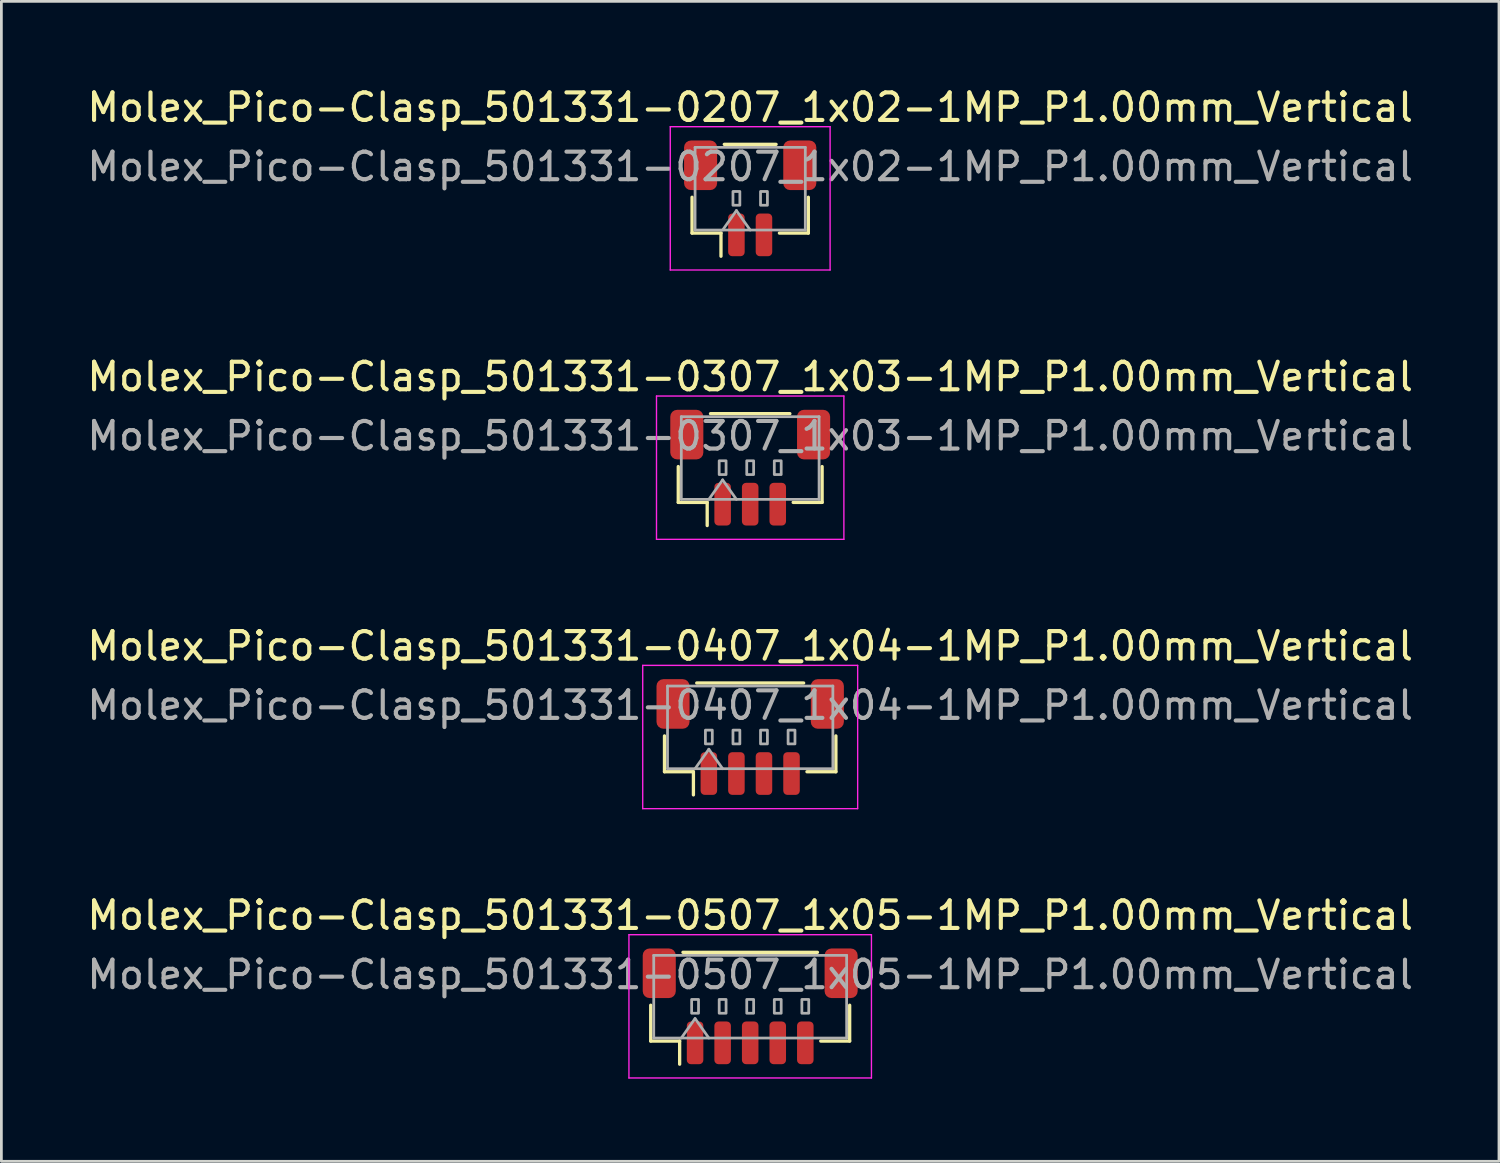
<source format=kicad_pcb>
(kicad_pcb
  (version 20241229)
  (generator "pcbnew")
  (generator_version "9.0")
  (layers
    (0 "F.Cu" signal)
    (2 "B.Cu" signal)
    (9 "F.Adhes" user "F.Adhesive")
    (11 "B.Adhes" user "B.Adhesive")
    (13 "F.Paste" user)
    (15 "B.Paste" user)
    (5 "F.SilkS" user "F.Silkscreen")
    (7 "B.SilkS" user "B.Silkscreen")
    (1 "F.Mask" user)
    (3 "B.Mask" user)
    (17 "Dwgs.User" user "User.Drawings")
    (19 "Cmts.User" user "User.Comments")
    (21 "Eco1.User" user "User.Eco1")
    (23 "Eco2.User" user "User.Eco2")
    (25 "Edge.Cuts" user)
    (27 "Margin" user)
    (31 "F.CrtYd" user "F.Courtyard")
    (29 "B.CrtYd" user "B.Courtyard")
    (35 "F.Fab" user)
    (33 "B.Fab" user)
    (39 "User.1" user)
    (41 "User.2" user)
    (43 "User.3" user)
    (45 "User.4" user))
  (footprint "Molex_Pico-Clasp_501331-0207_1x02-1MP_P1.00mm_Vertical"
    (layer "F.Cu")
    (at 24.173 4.148)
    (property "Reference" "Molex_Pico-Clasp_501331-0207_1x02-1MP_P1.00mm_Vertical" (at 0 -3.3 0) (layer "F.SilkS") (effects (font (size 1 1) (thickness 0.15))))
    (attr smd)
    (fp_line (start -2.11 -0.04) (end -2.11 1.26) (stroke (width 0.12) (type solid)) (layer "F.SilkS"))
    (fp_line (start -2.11 1.26) (end -1.06 1.26) (stroke (width 0.12) (type solid)) (layer "F.SilkS"))
    (fp_line (start -1.06 1.26) (end -1.06 2.1) (stroke (width 0.12) (type solid)) (layer "F.SilkS"))
    (fp_line (start -0.94 -1.96) (end 0.94 -1.96) (stroke (width 0.12) (type solid)) (layer "F.SilkS"))
    (fp_line (start 2.11 -0.04) (end 2.11 1.26) (stroke (width 0.12) (type solid)) (layer "F.SilkS"))
    (fp_line (start 2.11 1.26) (end 1.06 1.26) (stroke (width 0.12) (type solid)) (layer "F.SilkS"))
    (fp_line (start -2.9 -2.6) (end -2.9 2.6) (stroke (width 0.05) (type solid)) (layer "F.CrtYd"))
    (fp_line (start -2.9 2.6) (end 2.9 2.6) (stroke (width 0.05) (type solid)) (layer "F.CrtYd"))
    (fp_line (start 2.9 -2.6) (end -2.9 -2.6) (stroke (width 0.05) (type solid)) (layer "F.CrtYd"))
    (fp_line (start 2.9 2.6) (end 2.9 -2.6) (stroke (width 0.05) (type solid)) (layer "F.CrtYd"))
    (fp_line (start -2 -1.85) (end 2 -1.85) (stroke (width 0.1) (type solid)) (layer "F.Fab"))
    (fp_line (start -2 1.15) (end -2 -1.85) (stroke (width 0.1) (type solid)) (layer "F.Fab"))
    (fp_line (start -2 1.15) (end 2 1.15) (stroke (width 0.1) (type solid)) (layer "F.Fab"))
    (fp_line (start -1 1.15) (end -0.5 0.443) (stroke (width 0.1) (type solid)) (layer "F.Fab"))
    (fp_line (start -0.5 0.443) (end 0 1.15) (stroke (width 0.1) (type solid)) (layer "F.Fab"))
    (fp_line (start 2 1.15) (end 2 -1.85) (stroke (width 0.1) (type solid)) (layer "F.Fab"))
    (fp_rect (start -0.625 -0.25) (end -0.375 0.25) (stroke (width 0.1) (type solid)) (fill no) (layer "F.Fab"))
    (fp_rect (start 0.375 -0.25) (end 0.625 0.25) (stroke (width 0.1) (type solid)) (fill no) (layer "F.Fab"))
    (fp_text user "${REFERENCE}" (at 0 -1.15 0) (layer "F.Fab") (effects (font (size 1 1) (thickness 0.15))))
    (pad "1" smd roundrect (at -0.5 1.325) (size 0.6 1.55) (layers "F.Cu" "F.Mask" "F.Paste") (roundrect_rratio 0.25))
    (pad "2" smd roundrect (at 0.5 1.325) (size 0.6 1.55) (layers "F.Cu" "F.Mask" "F.Paste") (roundrect_rratio 0.25))
    (pad "MP" smd roundrect (at -1.8 -1.2) (size 1.2 1.8) (layers "F.Cu" "F.Mask" "F.Paste") (roundrect_rratio 0.208))
    (pad "MP" smd roundrect (at 1.8 -1.2) (size 1.2 1.8) (layers "F.Cu" "F.Mask" "F.Paste") (roundrect_rratio 0.208)))
  (footprint "Molex_Pico-Clasp_501331-0307_1x03-1MP_P1.00mm_Vertical"
    (layer "F.Cu")
    (at 24.173 13.921)
    (property "Reference" "Molex_Pico-Clasp_501331-0307_1x03-1MP_P1.00mm_Vertical" (at 0 -3.3 0) (layer "F.SilkS") (effects (font (size 1 1) (thickness 0.15))))
    (attr smd)
    (fp_line (start -2.61 -0.04) (end -2.61 1.26) (stroke (width 0.12) (type solid)) (layer "F.SilkS"))
    (fp_line (start -2.61 1.26) (end -1.56 1.26) (stroke (width 0.12) (type solid)) (layer "F.SilkS"))
    (fp_line (start -1.56 1.26) (end -1.56 2.1) (stroke (width 0.12) (type solid)) (layer "F.SilkS"))
    (fp_line (start -1.44 -1.96) (end 1.44 -1.96) (stroke (width 0.12) (type solid)) (layer "F.SilkS"))
    (fp_line (start 2.61 -0.04) (end 2.61 1.26) (stroke (width 0.12) (type solid)) (layer "F.SilkS"))
    (fp_line (start 2.61 1.26) (end 1.56 1.26) (stroke (width 0.12) (type solid)) (layer "F.SilkS"))
    (fp_line (start -3.4 -2.6) (end -3.4 2.6) (stroke (width 0.05) (type solid)) (layer "F.CrtYd"))
    (fp_line (start -3.4 2.6) (end 3.4 2.6) (stroke (width 0.05) (type solid)) (layer "F.CrtYd"))
    (fp_line (start 3.4 -2.6) (end -3.4 -2.6) (stroke (width 0.05) (type solid)) (layer "F.CrtYd"))
    (fp_line (start 3.4 2.6) (end 3.4 -2.6) (stroke (width 0.05) (type solid)) (layer "F.CrtYd"))
    (fp_line (start -2.5 -1.85) (end 2.5 -1.85) (stroke (width 0.1) (type solid)) (layer "F.Fab"))
    (fp_line (start -2.5 1.15) (end -2.5 -1.85) (stroke (width 0.1) (type solid)) (layer "F.Fab"))
    (fp_line (start -2.5 1.15) (end 2.5 1.15) (stroke (width 0.1) (type solid)) (layer "F.Fab"))
    (fp_line (start -1.5 1.15) (end -1 0.443) (stroke (width 0.1) (type solid)) (layer "F.Fab"))
    (fp_line (start -1 0.443) (end -0.5 1.15) (stroke (width 0.1) (type solid)) (layer "F.Fab"))
    (fp_line (start 2.5 1.15) (end 2.5 -1.85) (stroke (width 0.1) (type solid)) (layer "F.Fab"))
    (fp_rect (start -1.125 -0.25) (end -0.875 0.25) (stroke (width 0.1) (type solid)) (fill no) (layer "F.Fab"))
    (fp_rect (start -0.125 -0.25) (end 0.125 0.25) (stroke (width 0.1) (type solid)) (fill no) (layer "F.Fab"))
    (fp_rect (start 0.875 -0.25) (end 1.125 0.25) (stroke (width 0.1) (type solid)) (fill no) (layer "F.Fab"))
    (fp_text user "${REFERENCE}" (at 0 -1.15 0) (layer "F.Fab") (effects (font (size 1 1) (thickness 0.15))))
    (pad "1" smd roundrect (at -1 1.325) (size 0.6 1.55) (layers "F.Cu" "F.Mask" "F.Paste") (roundrect_rratio 0.25))
    (pad "2" smd roundrect (at 0 1.325) (size 0.6 1.55) (layers "F.Cu" "F.Mask" "F.Paste") (roundrect_rratio 0.25))
    (pad "3" smd roundrect (at 1 1.325) (size 0.6 1.55) (layers "F.Cu" "F.Mask" "F.Paste") (roundrect_rratio 0.25))
    (pad "MP" smd roundrect (at -2.3 -1.2) (size 1.2 1.8) (layers "F.Cu" "F.Mask" "F.Paste") (roundrect_rratio 0.208))
    (pad "MP" smd roundrect (at 2.3 -1.2) (size 1.2 1.8) (layers "F.Cu" "F.Mask" "F.Paste") (roundrect_rratio 0.208)))
  (footprint "Molex_Pico-Clasp_501331-0507_1x05-1MP_P1.00mm_Vertical"
    (layer "F.Cu")
    (at 24.173 33.468)
    (property "Reference" "Molex_Pico-Clasp_501331-0507_1x05-1MP_P1.00mm_Vertical" (at 0 -3.3 0) (layer "F.SilkS") (effects (font (size 1 1) (thickness 0.15))))
    (attr smd)
    (fp_line (start -3.61 -0.04) (end -3.61 1.26) (stroke (width 0.12) (type solid)) (layer "F.SilkS"))
    (fp_line (start -3.61 1.26) (end -2.56 1.26) (stroke (width 0.12) (type solid)) (layer "F.SilkS"))
    (fp_line (start -2.56 1.26) (end -2.56 2.1) (stroke (width 0.12) (type solid)) (layer "F.SilkS"))
    (fp_line (start -2.44 -1.96) (end 2.44 -1.96) (stroke (width 0.12) (type solid)) (layer "F.SilkS"))
    (fp_line (start 3.61 -0.04) (end 3.61 1.26) (stroke (width 0.12) (type solid)) (layer "F.SilkS"))
    (fp_line (start 3.61 1.26) (end 2.56 1.26) (stroke (width 0.12) (type solid)) (layer "F.SilkS"))
    (fp_line (start -4.4 -2.6) (end -4.4 2.6) (stroke (width 0.05) (type solid)) (layer "F.CrtYd"))
    (fp_line (start -4.4 2.6) (end 4.4 2.6) (stroke (width 0.05) (type solid)) (layer "F.CrtYd"))
    (fp_line (start 4.4 -2.6) (end -4.4 -2.6) (stroke (width 0.05) (type solid)) (layer "F.CrtYd"))
    (fp_line (start 4.4 2.6) (end 4.4 -2.6) (stroke (width 0.05) (type solid)) (layer "F.CrtYd"))
    (fp_line (start -3.5 -1.85) (end 3.5 -1.85) (stroke (width 0.1) (type solid)) (layer "F.Fab"))
    (fp_line (start -3.5 1.15) (end -3.5 -1.85) (stroke (width 0.1) (type solid)) (layer "F.Fab"))
    (fp_line (start -3.5 1.15) (end 3.5 1.15) (stroke (width 0.1) (type solid)) (layer "F.Fab"))
    (fp_line (start -2.5 1.15) (end -2 0.443) (stroke (width 0.1) (type solid)) (layer "F.Fab"))
    (fp_line (start -2 0.443) (end -1.5 1.15) (stroke (width 0.1) (type solid)) (layer "F.Fab"))
    (fp_line (start 3.5 1.15) (end 3.5 -1.85) (stroke (width 0.1) (type solid)) (layer "F.Fab"))
    (fp_rect (start -2.125 -0.25) (end -1.875 0.25) (stroke (width 0.1) (type solid)) (fill no) (layer "F.Fab"))
    (fp_rect (start -1.125 -0.25) (end -0.875 0.25) (stroke (width 0.1) (type solid)) (fill no) (layer "F.Fab"))
    (fp_rect (start -0.125 -0.25) (end 0.125 0.25) (stroke (width 0.1) (type solid)) (fill no) (layer "F.Fab"))
    (fp_rect (start 0.875 -0.25) (end 1.125 0.25) (stroke (width 0.1) (type solid)) (fill no) (layer "F.Fab"))
    (fp_rect (start 1.875 -0.25) (end 2.125 0.25) (stroke (width 0.1) (type solid)) (fill no) (layer "F.Fab"))
    (fp_text user "${REFERENCE}" (at 0 -1.15 0) (layer "F.Fab") (effects (font (size 1 1) (thickness 0.15))))
    (pad "1" smd roundrect (at -2 1.325) (size 0.6 1.55) (layers "F.Cu" "F.Mask" "F.Paste") (roundrect_rratio 0.25))
    (pad "2" smd roundrect (at -1 1.325) (size 0.6 1.55) (layers "F.Cu" "F.Mask" "F.Paste") (roundrect_rratio 0.25))
    (pad "3" smd roundrect (at 0 1.325) (size 0.6 1.55) (layers "F.Cu" "F.Mask" "F.Paste") (roundrect_rratio 0.25))
    (pad "4" smd roundrect (at 1 1.325) (size 0.6 1.55) (layers "F.Cu" "F.Mask" "F.Paste") (roundrect_rratio 0.25))
    (pad "5" smd roundrect (at 2 1.325) (size 0.6 1.55) (layers "F.Cu" "F.Mask" "F.Paste") (roundrect_rratio 0.25))
    (pad "MP" smd roundrect (at -3.3 -1.2) (size 1.2 1.8) (layers "F.Cu" "F.Mask" "F.Paste") (roundrect_rratio 0.208))
    (pad "MP" smd roundrect (at 3.3 -1.2) (size 1.2 1.8) (layers "F.Cu" "F.Mask" "F.Paste") (roundrect_rratio 0.208)))
  (footprint "Molex_Pico-Clasp_501331-0407_1x04-1MP_P1.00mm_Vertical"
    (layer "F.Cu")
    (at 24.173 23.695)
    (property "Reference" "Molex_Pico-Clasp_501331-0407_1x04-1MP_P1.00mm_Vertical" (at 0 -3.3 0) (layer "F.SilkS") (effects (font (size 1 1) (thickness 0.15))))
    (attr smd)
    (fp_line (start -3.11 -0.04) (end -3.11 1.26) (stroke (width 0.12) (type solid)) (layer "F.SilkS"))
    (fp_line (start -3.11 1.26) (end -2.06 1.26) (stroke (width 0.12) (type solid)) (layer "F.SilkS"))
    (fp_line (start -2.06 1.26) (end -2.06 2.1) (stroke (width 0.12) (type solid)) (layer "F.SilkS"))
    (fp_line (start -1.94 -1.96) (end 1.94 -1.96) (stroke (width 0.12) (type solid)) (layer "F.SilkS"))
    (fp_line (start 3.11 -0.04) (end 3.11 1.26) (stroke (width 0.12) (type solid)) (layer "F.SilkS"))
    (fp_line (start 3.11 1.26) (end 2.06 1.26) (stroke (width 0.12) (type solid)) (layer "F.SilkS"))
    (fp_line (start -3.9 -2.6) (end -3.9 2.6) (stroke (width 0.05) (type solid)) (layer "F.CrtYd"))
    (fp_line (start -3.9 2.6) (end 3.9 2.6) (stroke (width 0.05) (type solid)) (layer "F.CrtYd"))
    (fp_line (start 3.9 -2.6) (end -3.9 -2.6) (stroke (width 0.05) (type solid)) (layer "F.CrtYd"))
    (fp_line (start 3.9 2.6) (end 3.9 -2.6) (stroke (width 0.05) (type solid)) (layer "F.CrtYd"))
    (fp_line (start -3 -1.85) (end 3 -1.85) (stroke (width 0.1) (type solid)) (layer "F.Fab"))
    (fp_line (start -3 1.15) (end -3 -1.85) (stroke (width 0.1) (type solid)) (layer "F.Fab"))
    (fp_line (start -3 1.15) (end 3 1.15) (stroke (width 0.1) (type solid)) (layer "F.Fab"))
    (fp_line (start -2 1.15) (end -1.5 0.443) (stroke (width 0.1) (type solid)) (layer "F.Fab"))
    (fp_line (start -1.5 0.443) (end -1 1.15) (stroke (width 0.1) (type solid)) (layer "F.Fab"))
    (fp_line (start 3 1.15) (end 3 -1.85) (stroke (width 0.1) (type solid)) (layer "F.Fab"))
    (fp_rect (start -1.625 -0.25) (end -1.375 0.25) (stroke (width 0.1) (type solid)) (fill no) (layer "F.Fab"))
    (fp_rect (start -0.625 -0.25) (end -0.375 0.25) (stroke (width 0.1) (type solid)) (fill no) (layer "F.Fab"))
    (fp_rect (start 0.375 -0.25) (end 0.625 0.25) (stroke (width 0.1) (type solid)) (fill no) (layer "F.Fab"))
    (fp_rect (start 1.375 -0.25) (end 1.625 0.25) (stroke (width 0.1) (type solid)) (fill no) (layer "F.Fab"))
    (fp_text user "${REFERENCE}" (at 0 -1.15 0) (layer "F.Fab") (effects (font (size 1 1) (thickness 0.15))))
    (pad "1" smd roundrect (at -1.5 1.325) (size 0.6 1.55) (layers "F.Cu" "F.Mask" "F.Paste") (roundrect_rratio 0.25))
    (pad "2" smd roundrect (at -0.5 1.325) (size 0.6 1.55) (layers "F.Cu" "F.Mask" "F.Paste") (roundrect_rratio 0.25))
    (pad "3" smd roundrect (at 0.5 1.325) (size 0.6 1.55) (layers "F.Cu" "F.Mask" "F.Paste") (roundrect_rratio 0.25))
    (pad "4" smd roundrect (at 1.5 1.325) (size 0.6 1.55) (layers "F.Cu" "F.Mask" "F.Paste") (roundrect_rratio 0.25))
    (pad "MP" smd roundrect (at -2.8 -1.2) (size 1.2 1.8) (layers "F.Cu" "F.Mask" "F.Paste") (roundrect_rratio 0.208))
    (pad "MP" smd roundrect (at 2.8 -1.2) (size 1.2 1.8) (layers "F.Cu" "F.Mask" "F.Paste") (roundrect_rratio 0.208)))
  (gr_rect
    (start -3 -3)
    (end 51.345 39.093)
    (stroke (width 0.1) (type default))
    (fill no)
    (layer "Edge.Cuts")))
</source>
